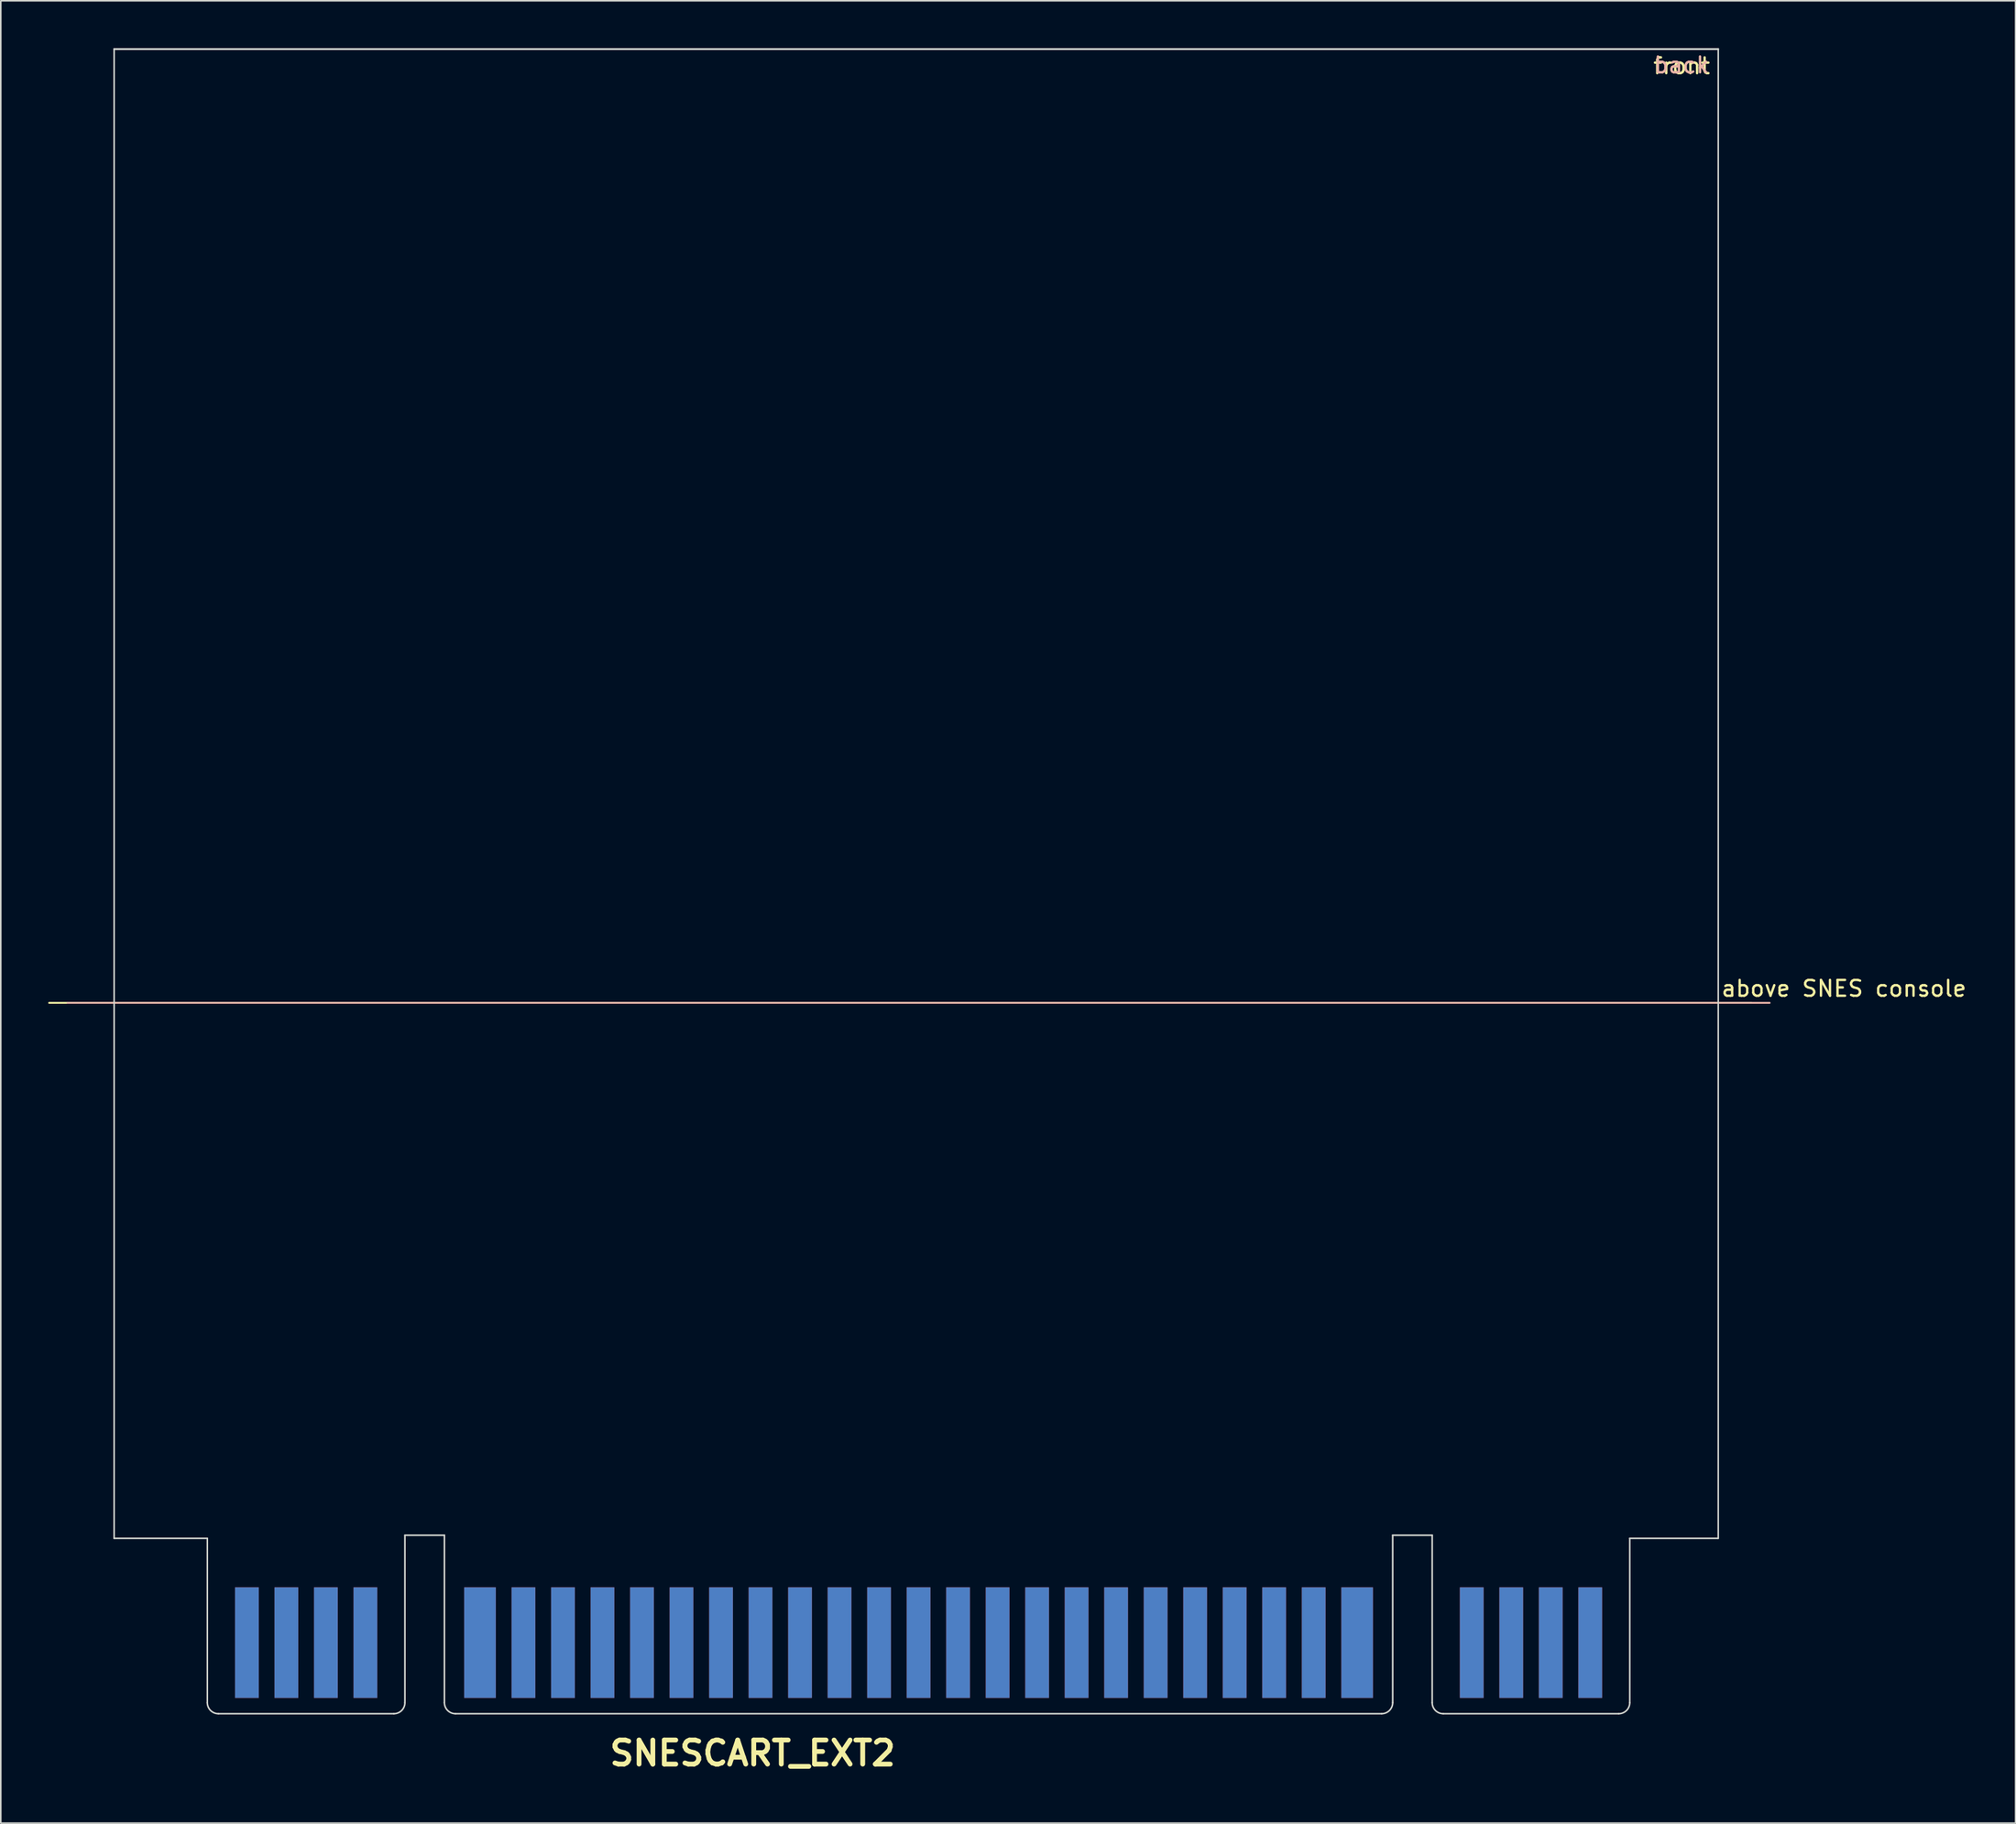
<source format=kicad_pcb>
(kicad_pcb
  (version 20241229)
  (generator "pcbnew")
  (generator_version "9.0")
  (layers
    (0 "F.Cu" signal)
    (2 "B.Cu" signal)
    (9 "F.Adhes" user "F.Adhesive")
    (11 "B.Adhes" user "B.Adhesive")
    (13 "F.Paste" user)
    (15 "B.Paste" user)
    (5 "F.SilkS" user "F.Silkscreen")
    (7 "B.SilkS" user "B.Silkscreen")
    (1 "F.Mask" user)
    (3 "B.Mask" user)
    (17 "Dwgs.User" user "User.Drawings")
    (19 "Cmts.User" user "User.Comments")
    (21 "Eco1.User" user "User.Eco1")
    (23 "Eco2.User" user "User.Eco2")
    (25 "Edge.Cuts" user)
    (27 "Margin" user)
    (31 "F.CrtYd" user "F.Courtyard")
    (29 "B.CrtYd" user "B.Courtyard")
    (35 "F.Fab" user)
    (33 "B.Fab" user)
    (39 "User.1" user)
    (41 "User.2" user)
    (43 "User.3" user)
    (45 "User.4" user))
  (footprint "SNESCART_EXT2"
    (layer "F.Cu")
    (at 55.07 100.441)
    (property "Reference" "SNESCART_EXT2" (at -10.5 7.501 0) (layer "F.SilkS") (effects (font (size 1.524 1.524) (thickness 0.305))))
    (attr through_hole)
    (fp_line (start 52.69 -40) (end -55.01 -40) (stroke (width 0.12) (type solid)) (layer "F.SilkS"))
    (fp_line (start 53.85 -40) (end -53.85 -40) (stroke (width 0.12) (type solid)) (layer "B.SilkS"))
    (fp_line (start -50.899 -100.381) (end -50.899 -6.101) (stroke (width 0.099) (type solid)) (layer "Edge.Cuts"))
    (fp_line (start -50.899 -100.381) (end 50.599 -100.381) (stroke (width 0.12) (type solid)) (layer "Edge.Cuts"))
    (fp_line (start -50.899 -6.101) (end -45.001 -6.101) (stroke (width 0.102) (type solid)) (layer "Edge.Cuts"))
    (fp_line (start -45.001 -6.101) (end -45.001 4.3) (stroke (width 0.099) (type solid)) (layer "Edge.Cuts"))
    (fp_line (start -33.2 5.001) (end -44.3 5.001) (stroke (width 0.102) (type solid)) (layer "Edge.Cuts"))
    (fp_line (start -32.499 -6.299) (end -32.499 4.3) (stroke (width 0.102) (type solid)) (layer "Edge.Cuts"))
    (fp_line (start -30 -6.299) (end -32.499 -6.299) (stroke (width 0.102) (type solid)) (layer "Edge.Cuts"))
    (fp_line (start -30 4.3) (end -30 -6.299) (stroke (width 0.102) (type solid)) (layer "Edge.Cuts"))
    (fp_line (start -29.299 5.001) (end 29.299 5.001) (stroke (width 0.102) (type solid)) (layer "Edge.Cuts"))
    (fp_line (start 30 -6.299) (end 32.499 -6.299) (stroke (width 0.102) (type solid)) (layer "Edge.Cuts"))
    (fp_line (start 30 4.3) (end 30 -6.299) (stroke (width 0.102) (type solid)) (layer "Edge.Cuts"))
    (fp_line (start 32.499 -6.299) (end 32.499 4.3) (stroke (width 0.102) (type solid)) (layer "Edge.Cuts"))
    (fp_line (start 33.2 5.001) (end 44.3 5.001) (stroke (width 0.102) (type solid)) (layer "Edge.Cuts"))
    (fp_line (start 45.001 -6.101) (end 45.001 4.3) (stroke (width 0.099) (type solid)) (layer "Edge.Cuts"))
    (fp_line (start 45.001 -6.101) (end 50.599 -6.101) (stroke (width 0.102) (type solid)) (layer "Edge.Cuts"))
    (fp_line (start 50.599 -100.381) (end 50.599 -6.101) (stroke (width 0.099) (type solid)) (layer "Edge.Cuts"))
    (fp_arc (start -44.30014 5.00126) (mid -44.79585 4.79593) (end -45.00118 4.30022) (stroke (width 0.09906) (type solid)) (layer "Edge.Cuts"))
    (fp_arc (start -32.4993 4.30022) (mid -32.70463 4.79593) (end -33.20034 5.00126) (stroke (width 0.09906) (type solid)) (layer "Edge.Cuts"))
    (fp_arc (start -29.2989 5.00126) (mid -29.79461 4.79593) (end -29.99994 4.30022) (stroke (width 0.09906) (type solid)) (layer "Edge.Cuts"))
    (fp_arc (start 29.99994 4.30022) (mid 29.79461 4.79593) (end 29.2989 5.00126) (stroke (width 0.09906) (type solid)) (layer "Edge.Cuts"))
    (fp_arc (start 33.20034 5.00126) (mid 32.70463 4.79593) (end 32.4993 4.30022) (stroke (width 0.09906) (type solid)) (layer "Edge.Cuts"))
    (fp_arc (start 45.00118 4.30022) (mid 44.79585 4.79593) (end 44.30014 5.00126) (stroke (width 0.09906) (type solid)) (layer "Edge.Cuts"))
    (fp_text user "above SNES console" (at 58.55 -40.91 0) (unlocked yes) (layer "F.SilkS") (effects (font (size 1 1) (thickness 0.15))))
    (fp_text user "front" (at 48.285 -99.314 0) (unlocked yes) (layer "F.SilkS") (effects (font (size 1 1) (thickness 0.15))))
    (fp_text user "back" (at 48.279 -99.371 0) (unlocked yes) (layer "B.SilkS") (effects (font (size 1 1) (thickness 0.15))))
    (pad "" connect rect (at -38.75 1.001 180) (size 12.499 8.001) (layers "*.Mask"))
    (pad "" connect rect (at 0 1.001 180) (size 60 8.001) (layers "*.Mask"))
    (pad "" connect rect (at 38.75 1.001 180) (size 12.499 8.001) (layers "*.Mask"))
    (pad "1" connect rect (at -42.499 0.5 180) (size 1.501 7) (layers "F.Cu"))
    (pad "2" connect rect (at -40 0.5 180) (size 1.501 7) (layers "F.Cu"))
    (pad "3" connect rect (at -37.501 0.5 180) (size 1.501 7) (layers "F.Cu"))
    (pad "4" connect rect (at -35.001 0.5 180) (size 1.501 7) (layers "F.Cu"))
    (pad "5" connect rect (at -27.75 0.5 180) (size 1.999 7) (layers "F.Cu"))
    (pad "6" connect rect (at -25.001 0.5 180) (size 1.501 7) (layers "F.Cu"))
    (pad "7" connect rect (at -22.499 0.5 180) (size 1.501 7) (layers "F.Cu"))
    (pad "8" connect rect (at -20 0.5 180) (size 1.501 7) (layers "F.Cu"))
    (pad "9" connect rect (at -17.501 0.5 180) (size 1.501 7) (layers "F.Cu"))
    (pad "10" connect rect (at -15.001 0.5 180) (size 1.501 7) (layers "F.Cu"))
    (pad "11" connect rect (at -12.499 0.5 180) (size 1.501 7) (layers "F.Cu"))
    (pad "12" connect rect (at -10 0.5 180) (size 1.501 7) (layers "F.Cu"))
    (pad "13" connect rect (at -7.501 0.5 180) (size 1.501 7) (layers "F.Cu"))
    (pad "14" connect rect (at -5.001 0.5 180) (size 1.501 7) (layers "F.Cu"))
    (pad "15" connect rect (at -2.499 0.5 180) (size 1.501 7) (layers "F.Cu"))
    (pad "16" connect rect (at 0 0.5 180) (size 1.501 7) (layers "F.Cu"))
    (pad "17" connect rect (at 2.499 0.5 180) (size 1.501 7) (layers "F.Cu"))
    (pad "18" connect rect (at 5.001 0.5 180) (size 1.501 7) (layers "F.Cu"))
    (pad "19" connect rect (at 7.501 0.5 180) (size 1.501 7) (layers "F.Cu"))
    (pad "20" connect rect (at 10 0.5 180) (size 1.501 7) (layers "F.Cu"))
    (pad "21" connect rect (at 12.499 0.5 180) (size 1.501 7) (layers "F.Cu"))
    (pad "22" connect rect (at 15.001 0.5 180) (size 1.501 7) (layers "F.Cu"))
    (pad "23" connect rect (at 17.501 0.5 180) (size 1.501 7) (layers "F.Cu"))
    (pad "24" connect rect (at 20 0.5 180) (size 1.501 7) (layers "F.Cu"))
    (pad "25" connect rect (at 22.499 0.5 180) (size 1.501 7) (layers "F.Cu"))
    (pad "26" connect rect (at 25.001 0.5 180) (size 1.501 7) (layers "F.Cu"))
    (pad "27" connect rect (at 27.75 0.5 180) (size 1.999 7) (layers "F.Cu"))
    (pad "28" connect rect (at 35.001 0.5 180) (size 1.501 7) (layers "F.Cu"))
    (pad "29" connect rect (at 37.501 0.5 180) (size 1.501 7) (layers "F.Cu"))
    (pad "30" connect rect (at 40 0.5 180) (size 1.501 7) (layers "F.Cu"))
    (pad "31" connect rect (at 42.499 0.5 180) (size 1.501 7) (layers "F.Cu"))
    (pad "32" connect rect (at -42.499 0.5 180) (size 1.501 7) (layers "B.Cu"))
    (pad "33" connect rect (at -40 0.5 180) (size 1.501 7) (layers "B.Cu"))
    (pad "34" connect rect (at -37.501 0.5 180) (size 1.501 7) (layers "B.Cu"))
    (pad "35" connect rect (at -35.001 0.5 180) (size 1.501 7) (layers "B.Cu"))
    (pad "36" connect rect (at -27.75 0.5 180) (size 1.999 7) (layers "B.Cu"))
    (pad "37" connect rect (at -25.001 0.5 180) (size 1.501 7) (layers "B.Cu"))
    (pad "38" connect rect (at -22.499 0.5 180) (size 1.501 7) (layers "B.Cu"))
    (pad "39" connect rect (at -20 0.5 180) (size 1.501 7) (layers "B.Cu"))
    (pad "40" connect rect (at -17.501 0.5 180) (size 1.501 7) (layers "B.Cu"))
    (pad "41" connect rect (at -15.001 0.5 180) (size 1.501 7) (layers "B.Cu"))
    (pad "42" connect rect (at -12.499 0.5 180) (size 1.501 7) (layers "B.Cu"))
    (pad "43" connect rect (at -10 0.5 180) (size 1.501 7) (layers "B.Cu"))
    (pad "44" connect rect (at -7.501 0.5 180) (size 1.501 7) (layers "B.Cu"))
    (pad "45" connect rect (at -5.001 0.5 180) (size 1.501 7) (layers "B.Cu"))
    (pad "46" connect rect (at -2.499 0.5 180) (size 1.501 7) (layers "B.Cu"))
    (pad "47" connect rect (at 0 0.5 180) (size 1.501 7) (layers "B.Cu"))
    (pad "48" connect rect (at 2.499 0.5 180) (size 1.501 7) (layers "B.Cu"))
    (pad "49" connect rect (at 5.001 0.5 180) (size 1.501 7) (layers "B.Cu"))
    (pad "50" connect rect (at 7.501 0.5 180) (size 1.501 7) (layers "B.Cu"))
    (pad "51" connect rect (at 10 0.5 180) (size 1.501 7) (layers "B.Cu"))
    (pad "52" connect rect (at 12.499 0.5 180) (size 1.501 7) (layers "B.Cu"))
    (pad "53" connect rect (at 15.001 0.5 180) (size 1.501 7) (layers "B.Cu"))
    (pad "54" connect rect (at 17.501 0.5 180) (size 1.501 7) (layers "B.Cu"))
    (pad "55" connect rect (at 20 0.5 180) (size 1.501 7) (layers "B.Cu"))
    (pad "56" connect rect (at 22.499 0.5 180) (size 1.501 7) (layers "B.Cu"))
    (pad "57" connect rect (at 25.001 0.5 180) (size 1.501 7) (layers "B.Cu"))
    (pad "58" connect rect (at 27.75 0.5 180) (size 1.999 7) (layers "B.Cu"))
    (pad "59" connect rect (at 35.001 0.5 180) (size 1.501 7) (layers "B.Cu"))
    (pad "60" connect rect (at 37.501 0.5 180) (size 1.501 7) (layers "B.Cu"))
    (pad "61" connect rect (at 40 0.5 180) (size 1.501 7) (layers "B.Cu"))
    (pad "62" connect rect (at 42.499 0.5 180) (size 1.501 7) (layers "B.Cu")))
  (gr_rect
    (start -3 -3)
    (end 124.483 112.368)
    (stroke (width 0.1) (type default))
    (fill no)
    (layer "Edge.Cuts")))
</source>
